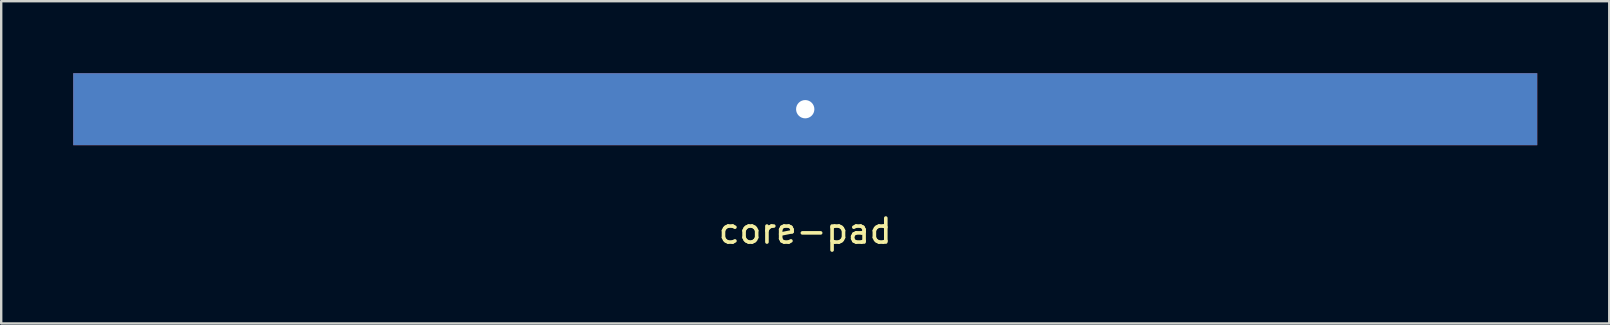
<source format=kicad_pcb>
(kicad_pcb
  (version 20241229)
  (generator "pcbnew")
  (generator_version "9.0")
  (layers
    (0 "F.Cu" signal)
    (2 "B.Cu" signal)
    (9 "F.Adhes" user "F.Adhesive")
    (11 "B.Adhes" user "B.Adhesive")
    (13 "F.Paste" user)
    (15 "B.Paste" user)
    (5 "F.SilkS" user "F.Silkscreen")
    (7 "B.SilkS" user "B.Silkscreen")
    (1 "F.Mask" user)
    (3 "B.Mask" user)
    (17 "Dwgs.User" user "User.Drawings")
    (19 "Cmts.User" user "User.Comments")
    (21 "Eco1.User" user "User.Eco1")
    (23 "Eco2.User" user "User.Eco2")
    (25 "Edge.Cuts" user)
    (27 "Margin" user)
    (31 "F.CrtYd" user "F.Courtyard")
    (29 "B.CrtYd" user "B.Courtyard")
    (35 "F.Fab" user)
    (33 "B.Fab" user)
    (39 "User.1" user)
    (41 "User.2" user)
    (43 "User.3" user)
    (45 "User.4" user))
  (footprint "core-pad"
    (layer "F.Cu")
    (at 30.5 1.5)
    (property "Reference" "core-pad" (at 0 5.08 0) (layer "F.SilkS") (effects (font (size 1 1) (thickness 0.15))))
    (attr through_hole)
    (pad "1" thru_hole rect (at 0 0) (size 61 3) (drill 0.762) (layers "*.Cu" "*.Mask")))
  (gr_rect
    (start -3 -3)
    (end 64 10.428)
    (stroke (width 0.1) (type default))
    (fill no)
    (layer "Edge.Cuts")))
</source>
